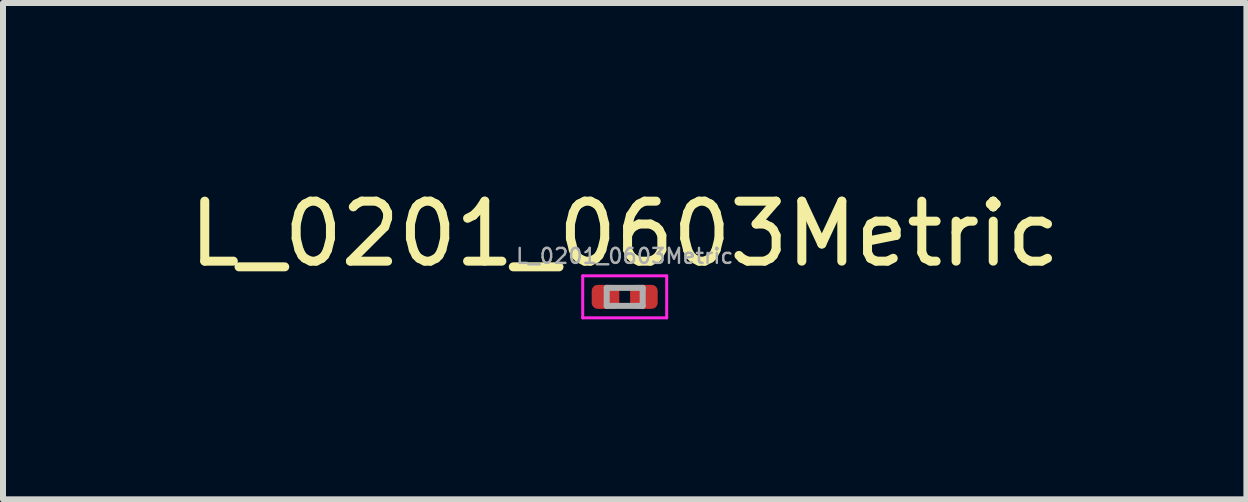
<source format=kicad_pcb>
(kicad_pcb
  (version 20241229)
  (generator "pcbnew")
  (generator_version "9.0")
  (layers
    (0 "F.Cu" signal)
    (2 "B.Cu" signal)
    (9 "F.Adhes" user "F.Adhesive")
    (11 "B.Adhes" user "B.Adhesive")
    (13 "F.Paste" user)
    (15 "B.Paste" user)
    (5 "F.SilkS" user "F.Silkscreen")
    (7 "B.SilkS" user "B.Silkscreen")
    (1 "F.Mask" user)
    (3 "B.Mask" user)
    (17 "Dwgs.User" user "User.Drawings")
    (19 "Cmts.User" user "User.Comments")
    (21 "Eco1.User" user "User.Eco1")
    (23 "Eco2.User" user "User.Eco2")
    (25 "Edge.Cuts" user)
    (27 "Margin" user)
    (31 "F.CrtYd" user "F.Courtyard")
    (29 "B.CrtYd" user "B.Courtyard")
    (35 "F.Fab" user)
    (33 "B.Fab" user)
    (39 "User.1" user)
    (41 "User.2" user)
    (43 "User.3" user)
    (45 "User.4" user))
  (footprint "L_0201_0603Metric"
    (layer "F.Cu")
    (at 7.363 1.898)
    (property "Reference" "L_0201_0603Metric" (at 0 -1.05 0) (layer "F.SilkS") (effects (font (size 1 1) (thickness 0.15))))
    (attr smd)
    (fp_line (start -0.7 -0.35) (end 0.7 -0.35) (stroke (width 0.05) (type solid)) (layer "F.CrtYd"))
    (fp_line (start -0.7 0.35) (end -0.7 -0.35) (stroke (width 0.05) (type solid)) (layer "F.CrtYd"))
    (fp_line (start 0.7 -0.35) (end 0.7 0.35) (stroke (width 0.05) (type solid)) (layer "F.CrtYd"))
    (fp_line (start 0.7 0.35) (end -0.7 0.35) (stroke (width 0.05) (type solid)) (layer "F.CrtYd"))
    (fp_line (start -0.3 -0.15) (end 0.3 -0.15) (stroke (width 0.1) (type solid)) (layer "F.Fab"))
    (fp_line (start -0.3 0.15) (end -0.3 -0.15) (stroke (width 0.1) (type solid)) (layer "F.Fab"))
    (fp_line (start 0.3 -0.15) (end 0.3 0.15) (stroke (width 0.1) (type solid)) (layer "F.Fab"))
    (fp_line (start 0.3 0.15) (end -0.3 0.15) (stroke (width 0.1) (type solid)) (layer "F.Fab"))
    (fp_text user "${REFERENCE}" (at 0 -0.68 0) (layer "F.Fab") (effects (font (size 0.25 0.25) (thickness 0.04))))
    (pad "" smd roundrect (at -0.345 0) (size 0.318 0.36) (layers "F.Paste") (roundrect_rratio 0.25))
    (pad "" smd roundrect (at 0.345 0) (size 0.318 0.36) (layers "F.Paste") (roundrect_rratio 0.25))
    (pad "1" smd roundrect (at -0.32 0) (size 0.46 0.4) (layers "F.Cu" "F.Mask") (roundrect_rratio 0.25))
    (pad "2" smd roundrect (at 0.32 0) (size 0.46 0.4) (layers "F.Cu" "F.Mask") (roundrect_rratio 0.25)))
  (gr_rect
    (start -3 -3)
    (end 17.726 5.273)
    (stroke (width 0.1) (type default))
    (fill no)
    (layer "Edge.Cuts")))
</source>
